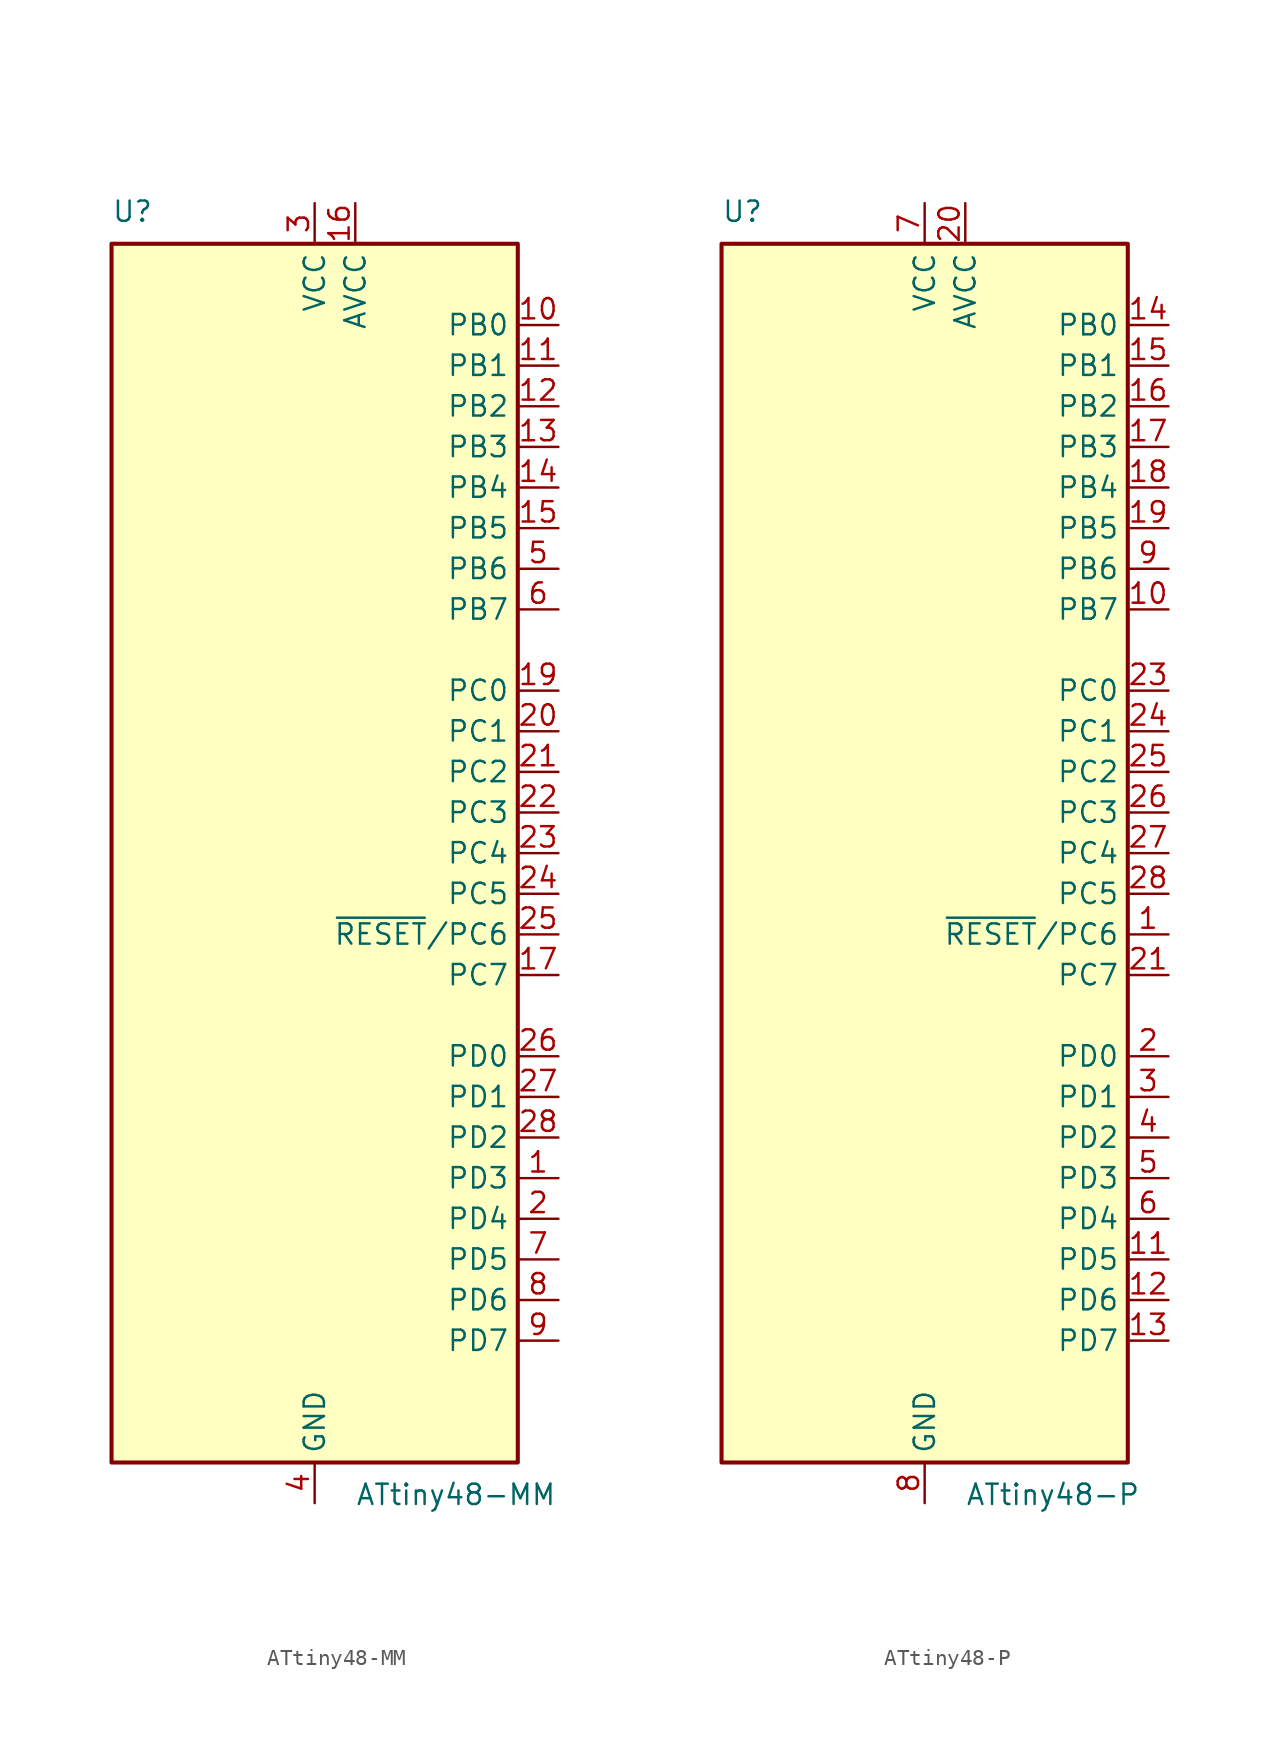
<source format=kicad_sym>
(kicad_symbol_lib
  (version 20220914)
  (generator kicad_symbol_editor)
  (symbol "ATtiny48-MM"
    (property "Reference" "U"
      (at -12.7 39.37 0)
      (effects (font (size 1.27 1.27)) (justify left bottom)))
    (property "Value" "ATtiny48-MM"
      (at 2.54 -39.37 0)
      (effects (font (size 1.27 1.27)) (justify left top)))
    (symbol "ATtiny48-MM_0_1"
      (rectangle (start -12.7 -38.1) (end 12.7 38.1) (stroke (width 0.254) (type default)) (fill (type background))))
    (symbol "ATtiny48-MM_1_1"
      (pin bidirectional line (at 15.24 -20.32 180) (length 2.54) (name "PD3" (effects (font (size 1.27 1.27)))) (number "1" (effects (font (size 1.27 1.27)))))
      (pin bidirectional line (at 15.24 33.02 180) (length 2.54) (name "PB0" (effects (font (size 1.27 1.27)))) (number "10" (effects (font (size 1.27 1.27)))))
      (pin bidirectional line (at 15.24 30.48 180) (length 2.54) (name "PB1" (effects (font (size 1.27 1.27)))) (number "11" (effects (font (size 1.27 1.27)))))
      (pin bidirectional line (at 15.24 27.94 180) (length 2.54) (name "PB2" (effects (font (size 1.27 1.27)))) (number "12" (effects (font (size 1.27 1.27)))))
      (pin bidirectional line (at 15.24 25.4 180) (length 2.54) (name "PB3" (effects (font (size 1.27 1.27)))) (number "13" (effects (font (size 1.27 1.27)))))
      (pin bidirectional line (at 15.24 22.86 180) (length 2.54) (name "PB4" (effects (font (size 1.27 1.27)))) (number "14" (effects (font (size 1.27 1.27)))))
      (pin bidirectional line (at 15.24 20.32 180) (length 2.54) (name "PB5" (effects (font (size 1.27 1.27)))) (number "15" (effects (font (size 1.27 1.27)))))
      (pin power_in line (at 2.54 40.64 270) (length 2.54) (name "AVCC" (effects (font (size 1.27 1.27)))) (number "16" (effects (font (size 1.27 1.27)))))
      (pin bidirectional line (at 15.24 -7.62 180) (length 2.54) (name "PC7" (effects (font (size 1.27 1.27)))) (number "17" (effects (font (size 1.27 1.27)))))
      (pin passive line (at 0 -40.64 90) (length 2.54) hide (name "GND" (effects (font (size 1.27 1.27)))) (number "18" (effects (font (size 1.27 1.27)))))
      (pin bidirectional line (at 15.24 10.16 180) (length 2.54) (name "PC0" (effects (font (size 1.27 1.27)))) (number "19" (effects (font (size 1.27 1.27)))))
      (pin bidirectional line (at 15.24 -22.86 180) (length 2.54) (name "PD4" (effects (font (size 1.27 1.27)))) (number "2" (effects (font (size 1.27 1.27)))))
      (pin bidirectional line (at 15.24 7.62 180) (length 2.54) (name "PC1" (effects (font (size 1.27 1.27)))) (number "20" (effects (font (size 1.27 1.27)))))
      (pin bidirectional line (at 15.24 5.08 180) (length 2.54) (name "PC2" (effects (font (size 1.27 1.27)))) (number "21" (effects (font (size 1.27 1.27)))))
      (pin bidirectional line (at 15.24 2.54 180) (length 2.54) (name "PC3" (effects (font (size 1.27 1.27)))) (number "22" (effects (font (size 1.27 1.27)))))
      (pin bidirectional line (at 15.24 0 180) (length 2.54) (name "PC4" (effects (font (size 1.27 1.27)))) (number "23" (effects (font (size 1.27 1.27)))))
      (pin bidirectional line (at 15.24 -2.54 180) (length 2.54) (name "PC5" (effects (font (size 1.27 1.27)))) (number "24" (effects (font (size 1.27 1.27)))))
      (pin bidirectional line (at 15.24 -5.08 180) (length 2.54) (name "~{RESET}/PC6" (effects (font (size 1.27 1.27)))) (number "25" (effects (font (size 1.27 1.27)))))
      (pin bidirectional line (at 15.24 -12.7 180) (length 2.54) (name "PD0" (effects (font (size 1.27 1.27)))) (number "26" (effects (font (size 1.27 1.27)))))
      (pin bidirectional line (at 15.24 -15.24 180) (length 2.54) (name "PD1" (effects (font (size 1.27 1.27)))) (number "27" (effects (font (size 1.27 1.27)))))
      (pin bidirectional line (at 15.24 -17.78 180) (length 2.54) (name "PD2" (effects (font (size 1.27 1.27)))) (number "28" (effects (font (size 1.27 1.27)))))
      (pin passive line (at 0 -40.64 90) (length 2.54) hide (name "GND" (effects (font (size 1.27 1.27)))) (number "29" (effects (font (size 1.27 1.27)))))
      (pin power_in line (at 0 40.64 270) (length 2.54) (name "VCC" (effects (font (size 1.27 1.27)))) (number "3" (effects (font (size 1.27 1.27)))))
      (pin power_in line (at 0 -40.64 90) (length 2.54) (name "GND" (effects (font (size 1.27 1.27)))) (number "4" (effects (font (size 1.27 1.27)))))
      (pin bidirectional line (at 15.24 17.78 180) (length 2.54) (name "PB6" (effects (font (size 1.27 1.27)))) (number "5" (effects (font (size 1.27 1.27)))))
      (pin bidirectional line (at 15.24 15.24 180) (length 2.54) (name "PB7" (effects (font (size 1.27 1.27)))) (number "6" (effects (font (size 1.27 1.27)))))
      (pin bidirectional line (at 15.24 -25.4 180) (length 2.54) (name "PD5" (effects (font (size 1.27 1.27)))) (number "7" (effects (font (size 1.27 1.27)))))
      (pin bidirectional line (at 15.24 -27.94 180) (length 2.54) (name "PD6" (effects (font (size 1.27 1.27)))) (number "8" (effects (font (size 1.27 1.27)))))
      (pin bidirectional line (at 15.24 -30.48 180) (length 2.54) (name "PD7" (effects (font (size 1.27 1.27)))) (number "9" (effects (font (size 1.27 1.27)))))))
  (symbol "ATtiny48-P"
    (property "Reference" "U"
      (at -12.7 39.37 0)
      (effects (font (size 1.27 1.27)) (justify left bottom)))
    (property "Value" "ATtiny48-P"
      (at 2.54 -39.37 0)
      (effects (font (size 1.27 1.27)) (justify left top)))
    (symbol "ATtiny48-P_0_1"
      (rectangle (start -12.7 -38.1) (end 12.7 38.1) (stroke (width 0.254) (type default)) (fill (type background))))
    (symbol "ATtiny48-P_1_1"
      (pin bidirectional line (at 15.24 -5.08 180) (length 2.54) (name "~{RESET}/PC6" (effects (font (size 1.27 1.27)))) (number "1" (effects (font (size 1.27 1.27)))))
      (pin bidirectional line (at 15.24 15.24 180) (length 2.54) (name "PB7" (effects (font (size 1.27 1.27)))) (number "10" (effects (font (size 1.27 1.27)))))
      (pin bidirectional line (at 15.24 -25.4 180) (length 2.54) (name "PD5" (effects (font (size 1.27 1.27)))) (number "11" (effects (font (size 1.27 1.27)))))
      (pin bidirectional line (at 15.24 -27.94 180) (length 2.54) (name "PD6" (effects (font (size 1.27 1.27)))) (number "12" (effects (font (size 1.27 1.27)))))
      (pin bidirectional line (at 15.24 -30.48 180) (length 2.54) (name "PD7" (effects (font (size 1.27 1.27)))) (number "13" (effects (font (size 1.27 1.27)))))
      (pin bidirectional line (at 15.24 33.02 180) (length 2.54) (name "PB0" (effects (font (size 1.27 1.27)))) (number "14" (effects (font (size 1.27 1.27)))))
      (pin bidirectional line (at 15.24 30.48 180) (length 2.54) (name "PB1" (effects (font (size 1.27 1.27)))) (number "15" (effects (font (size 1.27 1.27)))))
      (pin bidirectional line (at 15.24 27.94 180) (length 2.54) (name "PB2" (effects (font (size 1.27 1.27)))) (number "16" (effects (font (size 1.27 1.27)))))
      (pin bidirectional line (at 15.24 25.4 180) (length 2.54) (name "PB3" (effects (font (size 1.27 1.27)))) (number "17" (effects (font (size 1.27 1.27)))))
      (pin bidirectional line (at 15.24 22.86 180) (length 2.54) (name "PB4" (effects (font (size 1.27 1.27)))) (number "18" (effects (font (size 1.27 1.27)))))
      (pin bidirectional line (at 15.24 20.32 180) (length 2.54) (name "PB5" (effects (font (size 1.27 1.27)))) (number "19" (effects (font (size 1.27 1.27)))))
      (pin bidirectional line (at 15.24 -12.7 180) (length 2.54) (name "PD0" (effects (font (size 1.27 1.27)))) (number "2" (effects (font (size 1.27 1.27)))))
      (pin power_in line (at 2.54 40.64 270) (length 2.54) (name "AVCC" (effects (font (size 1.27 1.27)))) (number "20" (effects (font (size 1.27 1.27)))))
      (pin bidirectional line (at 15.24 -7.62 180) (length 2.54) (name "PC7" (effects (font (size 1.27 1.27)))) (number "21" (effects (font (size 1.27 1.27)))))
      (pin passive line (at 0 -40.64 90) (length 2.54) hide (name "GND" (effects (font (size 1.27 1.27)))) (number "22" (effects (font (size 1.27 1.27)))))
      (pin bidirectional line (at 15.24 10.16 180) (length 2.54) (name "PC0" (effects (font (size 1.27 1.27)))) (number "23" (effects (font (size 1.27 1.27)))))
      (pin bidirectional line (at 15.24 7.62 180) (length 2.54) (name "PC1" (effects (font (size 1.27 1.27)))) (number "24" (effects (font (size 1.27 1.27)))))
      (pin bidirectional line (at 15.24 5.08 180) (length 2.54) (name "PC2" (effects (font (size 1.27 1.27)))) (number "25" (effects (font (size 1.27 1.27)))))
      (pin bidirectional line (at 15.24 2.54 180) (length 2.54) (name "PC3" (effects (font (size 1.27 1.27)))) (number "26" (effects (font (size 1.27 1.27)))))
      (pin bidirectional line (at 15.24 0 180) (length 2.54) (name "PC4" (effects (font (size 1.27 1.27)))) (number "27" (effects (font (size 1.27 1.27)))))
      (pin bidirectional line (at 15.24 -2.54 180) (length 2.54) (name "PC5" (effects (font (size 1.27 1.27)))) (number "28" (effects (font (size 1.27 1.27)))))
      (pin bidirectional line (at 15.24 -15.24 180) (length 2.54) (name "PD1" (effects (font (size 1.27 1.27)))) (number "3" (effects (font (size 1.27 1.27)))))
      (pin bidirectional line (at 15.24 -17.78 180) (length 2.54) (name "PD2" (effects (font (size 1.27 1.27)))) (number "4" (effects (font (size 1.27 1.27)))))
      (pin bidirectional line (at 15.24 -20.32 180) (length 2.54) (name "PD3" (effects (font (size 1.27 1.27)))) (number "5" (effects (font (size 1.27 1.27)))))
      (pin bidirectional line (at 15.24 -22.86 180) (length 2.54) (name "PD4" (effects (font (size 1.27 1.27)))) (number "6" (effects (font (size 1.27 1.27)))))
      (pin power_in line (at 0 40.64 270) (length 2.54) (name "VCC" (effects (font (size 1.27 1.27)))) (number "7" (effects (font (size 1.27 1.27)))))
      (pin power_in line (at 0 -40.64 90) (length 2.54) (name "GND" (effects (font (size 1.27 1.27)))) (number "8" (effects (font (size 1.27 1.27)))))
      (pin bidirectional line (at 15.24 17.78 180) (length 2.54) (name "PB6" (effects (font (size 1.27 1.27)))) (number "9" (effects (font (size 1.27 1.27))))))))
</source>
